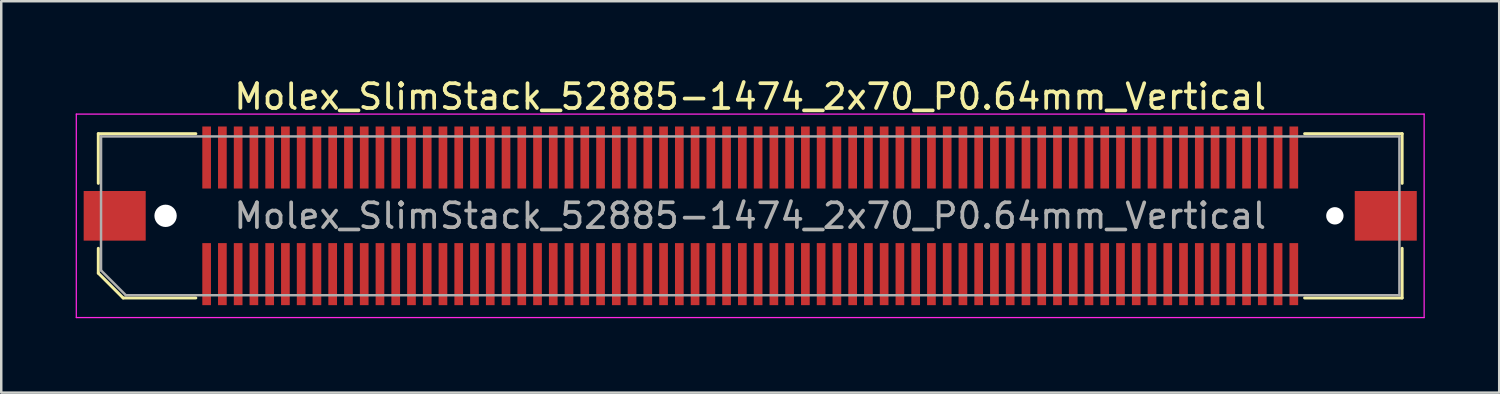
<source format=kicad_pcb>
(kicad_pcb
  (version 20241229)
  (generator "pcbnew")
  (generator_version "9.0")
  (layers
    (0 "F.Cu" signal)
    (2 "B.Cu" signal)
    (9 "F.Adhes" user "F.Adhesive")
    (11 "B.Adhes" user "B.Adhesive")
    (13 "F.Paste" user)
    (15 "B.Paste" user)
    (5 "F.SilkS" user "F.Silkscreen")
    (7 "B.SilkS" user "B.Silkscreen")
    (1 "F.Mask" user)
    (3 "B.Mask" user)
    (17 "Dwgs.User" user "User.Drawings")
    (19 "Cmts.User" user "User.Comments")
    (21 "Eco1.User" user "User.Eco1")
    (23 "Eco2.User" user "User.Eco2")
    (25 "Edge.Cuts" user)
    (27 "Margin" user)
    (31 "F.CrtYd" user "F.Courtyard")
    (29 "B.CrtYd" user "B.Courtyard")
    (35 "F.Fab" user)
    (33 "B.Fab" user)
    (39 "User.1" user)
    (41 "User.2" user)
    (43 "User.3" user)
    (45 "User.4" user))
  (footprint "Molex_SlimStack_52885-1474_2x70_P0.64mm_Vertical"
    (layer "F.Cu")
    (at 27.185 5.648)
    (property "Reference" "Molex_SlimStack_52885-1474_2x70_P0.64mm_Vertical" (at 0 -4.8 0) (layer "F.SilkS") (effects (font (size 1 1) (thickness 0.15))))
    (attr smd)
    (fp_line (start -26.273 -3.31) (end -22.343 -3.31) (stroke (width 0.12) (type solid)) (layer "F.SilkS"))
    (fp_line (start -26.273 -1.31) (end -26.273 -3.31) (stroke (width 0.12) (type solid)) (layer "F.SilkS"))
    (fp_line (start -26.273 2.31) (end -26.273 1.31) (stroke (width 0.12) (type solid)) (layer "F.SilkS"))
    (fp_line (start -25.273 3.31) (end -26.273 2.31) (stroke (width 0.12) (type solid)) (layer "F.SilkS"))
    (fp_line (start -22.343 3.31) (end -25.273 3.31) (stroke (width 0.12) (type solid)) (layer "F.SilkS"))
    (fp_line (start 22.343 3.31) (end 26.273 3.31) (stroke (width 0.12) (type solid)) (layer "F.SilkS"))
    (fp_line (start 26.273 -3.31) (end 22.343 -3.31) (stroke (width 0.12) (type solid)) (layer "F.SilkS"))
    (fp_line (start 26.273 -1.31) (end 26.273 -3.31) (stroke (width 0.12) (type solid)) (layer "F.SilkS"))
    (fp_line (start 26.273 3.31) (end 26.273 1.31) (stroke (width 0.12) (type solid)) (layer "F.SilkS"))
    (fp_line (start -27.16 -4.1) (end -27.16 4.1) (stroke (width 0.05) (type solid)) (layer "F.CrtYd"))
    (fp_line (start -27.16 4.1) (end 27.16 4.1) (stroke (width 0.05) (type solid)) (layer "F.CrtYd"))
    (fp_line (start 27.16 -4.1) (end -27.16 -4.1) (stroke (width 0.05) (type solid)) (layer "F.CrtYd"))
    (fp_line (start 27.16 4.1) (end 27.16 -4.1) (stroke (width 0.05) (type solid)) (layer "F.CrtYd"))
    (fp_line (start -26.163 -3.2) (end -26.163 2.2) (stroke (width 0.1) (type solid)) (layer "F.Fab"))
    (fp_line (start -26.163 2.2) (end -25.163 3.2) (stroke (width 0.1) (type solid)) (layer "F.Fab"))
    (fp_line (start -25.163 3.2) (end 26.163 3.2) (stroke (width 0.1) (type solid)) (layer "F.Fab"))
    (fp_line (start 26.163 -3.2) (end -26.163 -3.2) (stroke (width 0.1) (type solid)) (layer "F.Fab"))
    (fp_line (start 26.163 3.2) (end 26.163 -3.2) (stroke (width 0.1) (type solid)) (layer "F.Fab"))
    (fp_text user "${REFERENCE}" (at 0 0 0) (layer "F.Fab") (effects (font (size 1 1) (thickness 0.15))))
    (pad "" np_thru_hole circle (at -23.562 0) (size 0.9 0.9) (drill 0.9) (layers "*.Cu" "*.Mask"))
    (pad "" np_thru_hole circle (at 23.562 0) (size 0.7 0.7) (drill 0.7) (layers "*.Cu" "*.Mask"))
    (pad "1" smd rect (at -21.907 2.35) (size 0.35 2.5) (layers "F.Cu" "F.Mask" "F.Paste"))
    (pad "2" smd rect (at -21.907 -2.35) (size 0.35 2.5) (layers "F.Cu" "F.Mask" "F.Paste"))
    (pad "3" smd rect (at -21.273 2.35) (size 0.35 2.5) (layers "F.Cu" "F.Mask" "F.Paste"))
    (pad "4" smd rect (at -21.273 -2.35) (size 0.35 2.5) (layers "F.Cu" "F.Mask" "F.Paste"))
    (pad "5" smd rect (at -20.637 2.35) (size 0.35 2.5) (layers "F.Cu" "F.Mask" "F.Paste"))
    (pad "6" smd rect (at -20.637 -2.35) (size 0.35 2.5) (layers "F.Cu" "F.Mask" "F.Paste"))
    (pad "7" smd rect (at -20.003 2.35) (size 0.35 2.5) (layers "F.Cu" "F.Mask" "F.Paste"))
    (pad "8" smd rect (at -20.003 -2.35) (size 0.35 2.5) (layers "F.Cu" "F.Mask" "F.Paste"))
    (pad "9" smd rect (at -19.367 2.35) (size 0.35 2.5) (layers "F.Cu" "F.Mask" "F.Paste"))
    (pad "10" smd rect (at -19.367 -2.35) (size 0.35 2.5) (layers "F.Cu" "F.Mask" "F.Paste"))
    (pad "11" smd rect (at -18.733 2.35) (size 0.35 2.5) (layers "F.Cu" "F.Mask" "F.Paste"))
    (pad "12" smd rect (at -18.733 -2.35) (size 0.35 2.5) (layers "F.Cu" "F.Mask" "F.Paste"))
    (pad "13" smd rect (at -18.098 2.35) (size 0.35 2.5) (layers "F.Cu" "F.Mask" "F.Paste"))
    (pad "14" smd rect (at -18.098 -2.35) (size 0.35 2.5) (layers "F.Cu" "F.Mask" "F.Paste"))
    (pad "15" smd rect (at -17.462 2.35) (size 0.35 2.5) (layers "F.Cu" "F.Mask" "F.Paste"))
    (pad "16" smd rect (at -17.462 -2.35) (size 0.35 2.5) (layers "F.Cu" "F.Mask" "F.Paste"))
    (pad "17" smd rect (at -16.828 2.35) (size 0.35 2.5) (layers "F.Cu" "F.Mask" "F.Paste"))
    (pad "18" smd rect (at -16.828 -2.35) (size 0.35 2.5) (layers "F.Cu" "F.Mask" "F.Paste"))
    (pad "19" smd rect (at -16.192 2.35) (size 0.35 2.5) (layers "F.Cu" "F.Mask" "F.Paste"))
    (pad "20" smd rect (at -16.192 -2.35) (size 0.35 2.5) (layers "F.Cu" "F.Mask" "F.Paste"))
    (pad "21" smd rect (at -15.557 2.35) (size 0.35 2.5) (layers "F.Cu" "F.Mask" "F.Paste"))
    (pad "22" smd rect (at -15.557 -2.35) (size 0.35 2.5) (layers "F.Cu" "F.Mask" "F.Paste"))
    (pad "23" smd rect (at -14.922 2.35) (size 0.35 2.5) (layers "F.Cu" "F.Mask" "F.Paste"))
    (pad "24" smd rect (at -14.922 -2.35) (size 0.35 2.5) (layers "F.Cu" "F.Mask" "F.Paste"))
    (pad "25" smd rect (at -14.287 2.35) (size 0.35 2.5) (layers "F.Cu" "F.Mask" "F.Paste"))
    (pad "26" smd rect (at -14.287 -2.35) (size 0.35 2.5) (layers "F.Cu" "F.Mask" "F.Paste"))
    (pad "27" smd rect (at -13.652 2.35) (size 0.35 2.5) (layers "F.Cu" "F.Mask" "F.Paste"))
    (pad "28" smd rect (at -13.652 -2.35) (size 0.35 2.5) (layers "F.Cu" "F.Mask" "F.Paste"))
    (pad "29" smd rect (at -13.018 2.35) (size 0.35 2.5) (layers "F.Cu" "F.Mask" "F.Paste"))
    (pad "30" smd rect (at -13.018 -2.35) (size 0.35 2.5) (layers "F.Cu" "F.Mask" "F.Paste"))
    (pad "31" smd rect (at -12.383 2.35) (size 0.35 2.5) (layers "F.Cu" "F.Mask" "F.Paste"))
    (pad "32" smd rect (at -12.383 -2.35) (size 0.35 2.5) (layers "F.Cu" "F.Mask" "F.Paste"))
    (pad "33" smd rect (at -11.748 2.35) (size 0.35 2.5) (layers "F.Cu" "F.Mask" "F.Paste"))
    (pad "34" smd rect (at -11.748 -2.35) (size 0.35 2.5) (layers "F.Cu" "F.Mask" "F.Paste"))
    (pad "35" smd rect (at -11.113 2.35) (size 0.35 2.5) (layers "F.Cu" "F.Mask" "F.Paste"))
    (pad "36" smd rect (at -11.113 -2.35) (size 0.35 2.5) (layers "F.Cu" "F.Mask" "F.Paste"))
    (pad "37" smd rect (at -10.477 2.35) (size 0.35 2.5) (layers "F.Cu" "F.Mask" "F.Paste"))
    (pad "38" smd rect (at -10.477 -2.35) (size 0.35 2.5) (layers "F.Cu" "F.Mask" "F.Paste"))
    (pad "39" smd rect (at -9.842 2.35) (size 0.35 2.5) (layers "F.Cu" "F.Mask" "F.Paste"))
    (pad "40" smd rect (at -9.842 -2.35) (size 0.35 2.5) (layers "F.Cu" "F.Mask" "F.Paste"))
    (pad "41" smd rect (at -9.207 2.35) (size 0.35 2.5) (layers "F.Cu" "F.Mask" "F.Paste"))
    (pad "42" smd rect (at -9.207 -2.35) (size 0.35 2.5) (layers "F.Cu" "F.Mask" "F.Paste"))
    (pad "43" smd rect (at -8.572 2.35) (size 0.35 2.5) (layers "F.Cu" "F.Mask" "F.Paste"))
    (pad "44" smd rect (at -8.572 -2.35) (size 0.35 2.5) (layers "F.Cu" "F.Mask" "F.Paste"))
    (pad "45" smd rect (at -7.938 2.35) (size 0.35 2.5) (layers "F.Cu" "F.Mask" "F.Paste"))
    (pad "46" smd rect (at -7.938 -2.35) (size 0.35 2.5) (layers "F.Cu" "F.Mask" "F.Paste"))
    (pad "47" smd rect (at -7.303 2.35) (size 0.35 2.5) (layers "F.Cu" "F.Mask" "F.Paste"))
    (pad "48" smd rect (at -7.303 -2.35) (size 0.35 2.5) (layers "F.Cu" "F.Mask" "F.Paste"))
    (pad "49" smd rect (at -6.668 2.35) (size 0.35 2.5) (layers "F.Cu" "F.Mask" "F.Paste"))
    (pad "50" smd rect (at -6.668 -2.35) (size 0.35 2.5) (layers "F.Cu" "F.Mask" "F.Paste"))
    (pad "51" smd rect (at -6.032 2.35) (size 0.35 2.5) (layers "F.Cu" "F.Mask" "F.Paste"))
    (pad "52" smd rect (at -6.032 -2.35) (size 0.35 2.5) (layers "F.Cu" "F.Mask" "F.Paste"))
    (pad "53" smd rect (at -5.397 2.35) (size 0.35 2.5) (layers "F.Cu" "F.Mask" "F.Paste"))
    (pad "54" smd rect (at -5.397 -2.35) (size 0.35 2.5) (layers "F.Cu" "F.Mask" "F.Paste"))
    (pad "55" smd rect (at -4.763 2.35) (size 0.35 2.5) (layers "F.Cu" "F.Mask" "F.Paste"))
    (pad "56" smd rect (at -4.763 -2.35) (size 0.35 2.5) (layers "F.Cu" "F.Mask" "F.Paste"))
    (pad "57" smd rect (at -4.128 2.35) (size 0.35 2.5) (layers "F.Cu" "F.Mask" "F.Paste"))
    (pad "58" smd rect (at -4.128 -2.35) (size 0.35 2.5) (layers "F.Cu" "F.Mask" "F.Paste"))
    (pad "59" smd rect (at -3.493 2.35) (size 0.35 2.5) (layers "F.Cu" "F.Mask" "F.Paste"))
    (pad "60" smd rect (at -3.493 -2.35) (size 0.35 2.5) (layers "F.Cu" "F.Mask" "F.Paste"))
    (pad "61" smd rect (at -2.857 2.35) (size 0.35 2.5) (layers "F.Cu" "F.Mask" "F.Paste"))
    (pad "62" smd rect (at -2.857 -2.35) (size 0.35 2.5) (layers "F.Cu" "F.Mask" "F.Paste"))
    (pad "63" smd rect (at -2.223 2.35) (size 0.35 2.5) (layers "F.Cu" "F.Mask" "F.Paste"))
    (pad "64" smd rect (at -2.223 -2.35) (size 0.35 2.5) (layers "F.Cu" "F.Mask" "F.Paste"))
    (pad "65" smd rect (at -1.587 2.35) (size 0.35 2.5) (layers "F.Cu" "F.Mask" "F.Paste"))
    (pad "66" smd rect (at -1.587 -2.35) (size 0.35 2.5) (layers "F.Cu" "F.Mask" "F.Paste"))
    (pad "67" smd rect (at -0.953 2.35) (size 0.35 2.5) (layers "F.Cu" "F.Mask" "F.Paste"))
    (pad "68" smd rect (at -0.953 -2.35) (size 0.35 2.5) (layers "F.Cu" "F.Mask" "F.Paste"))
    (pad "69" smd rect (at -0.318 2.35) (size 0.35 2.5) (layers "F.Cu" "F.Mask" "F.Paste"))
    (pad "70" smd rect (at -0.318 -2.35) (size 0.35 2.5) (layers "F.Cu" "F.Mask" "F.Paste"))
    (pad "71" smd rect (at 0.318 2.35) (size 0.35 2.5) (layers "F.Cu" "F.Mask" "F.Paste"))
    (pad "72" smd rect (at 0.318 -2.35) (size 0.35 2.5) (layers "F.Cu" "F.Mask" "F.Paste"))
    (pad "73" smd rect (at 0.953 2.35) (size 0.35 2.5) (layers "F.Cu" "F.Mask" "F.Paste"))
    (pad "74" smd rect (at 0.953 -2.35) (size 0.35 2.5) (layers "F.Cu" "F.Mask" "F.Paste"))
    (pad "75" smd rect (at 1.587 2.35) (size 0.35 2.5) (layers "F.Cu" "F.Mask" "F.Paste"))
    (pad "76" smd rect (at 1.587 -2.35) (size 0.35 2.5) (layers "F.Cu" "F.Mask" "F.Paste"))
    (pad "77" smd rect (at 2.223 2.35) (size 0.35 2.5) (layers "F.Cu" "F.Mask" "F.Paste"))
    (pad "78" smd rect (at 2.223 -2.35) (size 0.35 2.5) (layers "F.Cu" "F.Mask" "F.Paste"))
    (pad "79" smd rect (at 2.857 2.35) (size 0.35 2.5) (layers "F.Cu" "F.Mask" "F.Paste"))
    (pad "80" smd rect (at 2.857 -2.35) (size 0.35 2.5) (layers "F.Cu" "F.Mask" "F.Paste"))
    (pad "81" smd rect (at 3.493 2.35) (size 0.35 2.5) (layers "F.Cu" "F.Mask" "F.Paste"))
    (pad "82" smd rect (at 3.493 -2.35) (size 0.35 2.5) (layers "F.Cu" "F.Mask" "F.Paste"))
    (pad "83" smd rect (at 4.128 2.35) (size 0.35 2.5) (layers "F.Cu" "F.Mask" "F.Paste"))
    (pad "84" smd rect (at 4.128 -2.35) (size 0.35 2.5) (layers "F.Cu" "F.Mask" "F.Paste"))
    (pad "85" smd rect (at 4.763 2.35) (size 0.35 2.5) (layers "F.Cu" "F.Mask" "F.Paste"))
    (pad "86" smd rect (at 4.763 -2.35) (size 0.35 2.5) (layers "F.Cu" "F.Mask" "F.Paste"))
    (pad "87" smd rect (at 5.397 2.35) (size 0.35 2.5) (layers "F.Cu" "F.Mask" "F.Paste"))
    (pad "88" smd rect (at 5.397 -2.35) (size 0.35 2.5) (layers "F.Cu" "F.Mask" "F.Paste"))
    (pad "89" smd rect (at 6.032 2.35) (size 0.35 2.5) (layers "F.Cu" "F.Mask" "F.Paste"))
    (pad "90" smd rect (at 6.032 -2.35) (size 0.35 2.5) (layers "F.Cu" "F.Mask" "F.Paste"))
    (pad "91" smd rect (at 6.668 2.35) (size 0.35 2.5) (layers "F.Cu" "F.Mask" "F.Paste"))
    (pad "92" smd rect (at 6.668 -2.35) (size 0.35 2.5) (layers "F.Cu" "F.Mask" "F.Paste"))
    (pad "93" smd rect (at 7.303 2.35) (size 0.35 2.5) (layers "F.Cu" "F.Mask" "F.Paste"))
    (pad "94" smd rect (at 7.303 -2.35) (size 0.35 2.5) (layers "F.Cu" "F.Mask" "F.Paste"))
    (pad "95" smd rect (at 7.938 2.35) (size 0.35 2.5) (layers "F.Cu" "F.Mask" "F.Paste"))
    (pad "96" smd rect (at 7.938 -2.35) (size 0.35 2.5) (layers "F.Cu" "F.Mask" "F.Paste"))
    (pad "97" smd rect (at 8.572 2.35) (size 0.35 2.5) (layers "F.Cu" "F.Mask" "F.Paste"))
    (pad "98" smd rect (at 8.572 -2.35) (size 0.35 2.5) (layers "F.Cu" "F.Mask" "F.Paste"))
    (pad "99" smd rect (at 9.207 2.35) (size 0.35 2.5) (layers "F.Cu" "F.Mask" "F.Paste"))
    (pad "100" smd rect (at 9.207 -2.35) (size 0.35 2.5) (layers "F.Cu" "F.Mask" "F.Paste"))
    (pad "101" smd rect (at 9.842 2.35) (size 0.35 2.5) (layers "F.Cu" "F.Mask" "F.Paste"))
    (pad "102" smd rect (at 9.842 -2.35) (size 0.35 2.5) (layers "F.Cu" "F.Mask" "F.Paste"))
    (pad "103" smd rect (at 10.477 2.35) (size 0.35 2.5) (layers "F.Cu" "F.Mask" "F.Paste"))
    (pad "104" smd rect (at 10.477 -2.35) (size 0.35 2.5) (layers "F.Cu" "F.Mask" "F.Paste"))
    (pad "105" smd rect (at 11.113 2.35) (size 0.35 2.5) (layers "F.Cu" "F.Mask" "F.Paste"))
    (pad "106" smd rect (at 11.113 -2.35) (size 0.35 2.5) (layers "F.Cu" "F.Mask" "F.Paste"))
    (pad "107" smd rect (at 11.748 2.35) (size 0.35 2.5) (layers "F.Cu" "F.Mask" "F.Paste"))
    (pad "108" smd rect (at 11.748 -2.35) (size 0.35 2.5) (layers "F.Cu" "F.Mask" "F.Paste"))
    (pad "109" smd rect (at 12.383 2.35) (size 0.35 2.5) (layers "F.Cu" "F.Mask" "F.Paste"))
    (pad "110" smd rect (at 12.383 -2.35) (size 0.35 2.5) (layers "F.Cu" "F.Mask" "F.Paste"))
    (pad "111" smd rect (at 13.018 2.35) (size 0.35 2.5) (layers "F.Cu" "F.Mask" "F.Paste"))
    (pad "112" smd rect (at 13.018 -2.35) (size 0.35 2.5) (layers "F.Cu" "F.Mask" "F.Paste"))
    (pad "113" smd rect (at 13.652 2.35) (size 0.35 2.5) (layers "F.Cu" "F.Mask" "F.Paste"))
    (pad "114" smd rect (at 13.652 -2.35) (size 0.35 2.5) (layers "F.Cu" "F.Mask" "F.Paste"))
    (pad "115" smd rect (at 14.287 2.35) (size 0.35 2.5) (layers "F.Cu" "F.Mask" "F.Paste"))
    (pad "116" smd rect (at 14.287 -2.35) (size 0.35 2.5) (layers "F.Cu" "F.Mask" "F.Paste"))
    (pad "117" smd rect (at 14.922 2.35) (size 0.35 2.5) (layers "F.Cu" "F.Mask" "F.Paste"))
    (pad "118" smd rect (at 14.922 -2.35) (size 0.35 2.5) (layers "F.Cu" "F.Mask" "F.Paste"))
    (pad "119" smd rect (at 15.557 2.35) (size 0.35 2.5) (layers "F.Cu" "F.Mask" "F.Paste"))
    (pad "120" smd rect (at 15.557 -2.35) (size 0.35 2.5) (layers "F.Cu" "F.Mask" "F.Paste"))
    (pad "121" smd rect (at 16.192 2.35) (size 0.35 2.5) (layers "F.Cu" "F.Mask" "F.Paste"))
    (pad "122" smd rect (at 16.192 -2.35) (size 0.35 2.5) (layers "F.Cu" "F.Mask" "F.Paste"))
    (pad "123" smd rect (at 16.828 2.35) (size 0.35 2.5) (layers "F.Cu" "F.Mask" "F.Paste"))
    (pad "124" smd rect (at 16.828 -2.35) (size 0.35 2.5) (layers "F.Cu" "F.Mask" "F.Paste"))
    (pad "125" smd rect (at 17.462 2.35) (size 0.35 2.5) (layers "F.Cu" "F.Mask" "F.Paste"))
    (pad "126" smd rect (at 17.462 -2.35) (size 0.35 2.5) (layers "F.Cu" "F.Mask" "F.Paste"))
    (pad "127" smd rect (at 18.098 2.35) (size 0.35 2.5) (layers "F.Cu" "F.Mask" "F.Paste"))
    (pad "128" smd rect (at 18.098 -2.35) (size 0.35 2.5) (layers "F.Cu" "F.Mask" "F.Paste"))
    (pad "129" smd rect (at 18.733 2.35) (size 0.35 2.5) (layers "F.Cu" "F.Mask" "F.Paste"))
    (pad "130" smd rect (at 18.733 -2.35) (size 0.35 2.5) (layers "F.Cu" "F.Mask" "F.Paste"))
    (pad "131" smd rect (at 19.367 2.35) (size 0.35 2.5) (layers "F.Cu" "F.Mask" "F.Paste"))
    (pad "132" smd rect (at 19.367 -2.35) (size 0.35 2.5) (layers "F.Cu" "F.Mask" "F.Paste"))
    (pad "133" smd rect (at 20.003 2.35) (size 0.35 2.5) (layers "F.Cu" "F.Mask" "F.Paste"))
    (pad "134" smd rect (at 20.003 -2.35) (size 0.35 2.5) (layers "F.Cu" "F.Mask" "F.Paste"))
    (pad "135" smd rect (at 20.637 2.35) (size 0.35 2.5) (layers "F.Cu" "F.Mask" "F.Paste"))
    (pad "136" smd rect (at 20.637 -2.35) (size 0.35 2.5) (layers "F.Cu" "F.Mask" "F.Paste"))
    (pad "137" smd rect (at 21.273 2.35) (size 0.35 2.5) (layers "F.Cu" "F.Mask" "F.Paste"))
    (pad "138" smd rect (at 21.273 -2.35) (size 0.35 2.5) (layers "F.Cu" "F.Mask" "F.Paste"))
    (pad "139" smd rect (at 21.907 2.35) (size 0.35 2.5) (layers "F.Cu" "F.Mask" "F.Paste"))
    (pad "140" smd rect (at 21.907 -2.35) (size 0.35 2.5) (layers "F.Cu" "F.Mask" "F.Paste"))
    (pad "MP" smd rect (at -25.613 0) (size 2.5 2) (layers "F.Cu" "F.Mask" "F.Paste"))
    (pad "MP" smd rect (at 25.613 0) (size 2.5 2) (layers "F.Cu" "F.Mask" "F.Paste")))
  (gr_rect
    (start -3 -3)
    (end 57.37 12.773)
    (stroke (width 0.1) (type default))
    (fill no)
    (layer "Edge.Cuts")))
</source>
